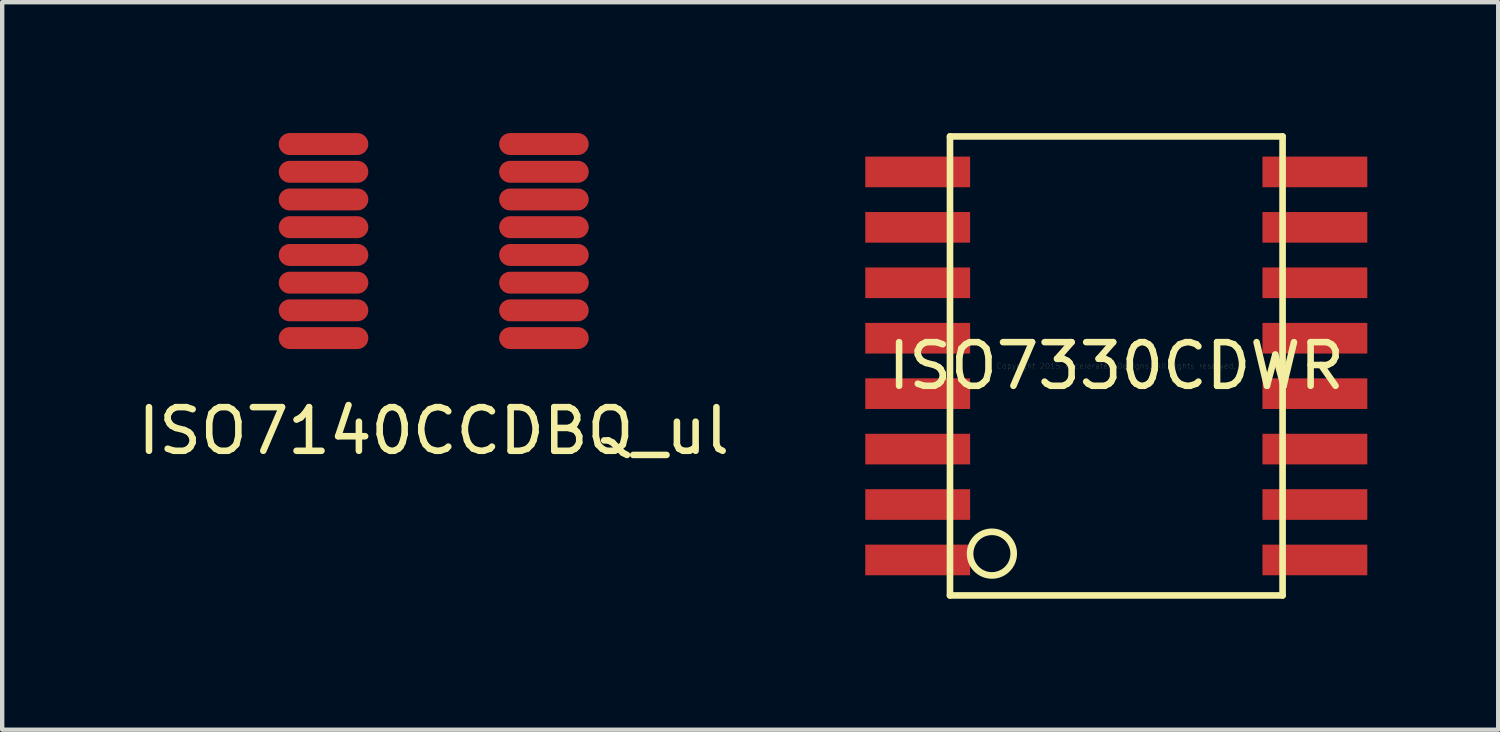
<source format=kicad_pcb>
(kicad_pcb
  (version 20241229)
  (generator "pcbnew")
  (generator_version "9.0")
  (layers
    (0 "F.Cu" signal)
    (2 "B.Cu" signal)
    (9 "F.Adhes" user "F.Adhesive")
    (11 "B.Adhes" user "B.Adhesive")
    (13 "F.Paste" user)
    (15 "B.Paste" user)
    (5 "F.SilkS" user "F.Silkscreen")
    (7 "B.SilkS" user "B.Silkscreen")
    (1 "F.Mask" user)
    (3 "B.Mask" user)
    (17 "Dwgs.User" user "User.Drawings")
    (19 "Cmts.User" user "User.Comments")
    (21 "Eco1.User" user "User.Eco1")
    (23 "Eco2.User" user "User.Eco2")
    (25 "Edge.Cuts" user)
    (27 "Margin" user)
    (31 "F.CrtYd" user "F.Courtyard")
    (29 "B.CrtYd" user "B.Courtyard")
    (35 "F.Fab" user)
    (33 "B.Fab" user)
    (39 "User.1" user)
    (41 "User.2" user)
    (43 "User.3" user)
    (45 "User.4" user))
  (footprint "ISO7330CDWR"
    (layer "F.Cu")
    (at 22.525 5.334)
    (property "Reference" "ISO7330CDWR" (at 0 0 0) (layer "F.SilkS") (effects (font (size 1 1) (thickness 0.15))))
    (attr through_hole)
    (fp_line (start -3.81 -5.258) (end 3.81 -5.258) (stroke (width 0.152) (type solid)) (layer "F.SilkS"))
    (fp_line (start -3.81 5.258) (end -3.81 -5.258) (stroke (width 0.152) (type solid)) (layer "F.SilkS"))
    (fp_line (start -3.81 5.258) (end 3.81 5.258) (stroke (width 0.152) (type solid)) (layer "F.SilkS"))
    (fp_line (start 3.81 5.258) (end 3.81 -5.258) (stroke (width 0.152) (type solid)) (layer "F.SilkS"))
    (fp_circle (center -2.85 4.3) (end -2.35 4.3) (stroke (width 0.152) (type solid)) (fill no) (layer "F.SilkS"))
    (fp_text user "Copyright 2015 Accelerated Designs. All rights reserved." (at 0 0 0) (layer "F.SilkS") (effects (font (size 0.127 0.127) (thickness 0.002))))
    (pad "1" smd rect (at -4.55 -4.445 90) (size 0.6 2.3) (layers "F.Cu" "F.Mask" "F.Paste"))
    (pad "1" smd rect (at -4.55 -4.445 90) (size 0.6 2.3) (layers "F.Cu" "F.Mask" "F.Paste"))
    (pad "1" smd rect (at -4.55 -4.445 90) (size 0.702 2.402) (layers "F.Cu" "F.Mask" "F.Paste"))
    (pad "2" smd rect (at -4.55 -3.175 90) (size 0.6 2.3) (layers "F.Cu" "F.Mask" "F.Paste"))
    (pad "2" smd rect (at -4.55 -3.175 90) (size 0.6 2.3) (layers "F.Cu" "F.Mask" "F.Paste"))
    (pad "2" smd rect (at -4.55 -3.175 90) (size 0.702 2.402) (layers "F.Cu" "F.Mask" "F.Paste"))
    (pad "3" smd rect (at -4.55 -1.905 90) (size 0.6 2.3) (layers "F.Cu" "F.Mask" "F.Paste"))
    (pad "3" smd rect (at -4.55 -1.905 90) (size 0.6 2.3) (layers "F.Cu" "F.Mask" "F.Paste"))
    (pad "3" smd rect (at -4.55 -1.905 90) (size 0.702 2.402) (layers "F.Cu" "F.Mask" "F.Paste"))
    (pad "4" smd rect (at -4.55 -0.635 90) (size 0.6 2.3) (layers "F.Cu" "F.Mask" "F.Paste"))
    (pad "4" smd rect (at -4.55 -0.635 90) (size 0.6 2.3) (layers "F.Cu" "F.Mask" "F.Paste"))
    (pad "4" smd rect (at -4.55 -0.635 90) (size 0.702 2.402) (layers "F.Cu" "F.Mask" "F.Paste"))
    (pad "5" smd rect (at -4.55 0.635 90) (size 0.6 2.3) (layers "F.Cu" "F.Mask" "F.Paste"))
    (pad "5" smd rect (at -4.55 0.635 90) (size 0.6 2.3) (layers "F.Cu" "F.Mask" "F.Paste"))
    (pad "5" smd rect (at -4.55 0.635 90) (size 0.702 2.402) (layers "F.Cu" "F.Mask" "F.Paste"))
    (pad "6" smd rect (at -4.55 1.905 90) (size 0.6 2.3) (layers "F.Cu" "F.Mask" "F.Paste"))
    (pad "6" smd rect (at -4.55 1.905 90) (size 0.6 2.3) (layers "F.Cu" "F.Mask" "F.Paste"))
    (pad "6" smd rect (at -4.55 1.905 90) (size 0.702 2.402) (layers "F.Cu" "F.Mask" "F.Paste"))
    (pad "7" smd rect (at -4.55 3.175 90) (size 0.6 2.3) (layers "F.Cu" "F.Mask" "F.Paste"))
    (pad "7" smd rect (at -4.55 3.175 90) (size 0.6 2.3) (layers "F.Cu" "F.Mask" "F.Paste"))
    (pad "7" smd rect (at -4.55 3.175 90) (size 0.702 2.402) (layers "F.Cu" "F.Mask" "F.Paste"))
    (pad "8" smd rect (at -4.55 4.445 90) (size 0.6 2.3) (layers "F.Cu" "F.Mask" "F.Paste"))
    (pad "8" smd rect (at -4.55 4.445 90) (size 0.6 2.3) (layers "F.Cu" "F.Mask" "F.Paste"))
    (pad "8" smd rect (at -4.55 4.445 90) (size 0.702 2.402) (layers "F.Cu" "F.Mask" "F.Paste"))
    (pad "9" smd rect (at 4.55 4.445 90) (size 0.6 2.3) (layers "F.Cu" "F.Mask" "F.Paste"))
    (pad "9" smd rect (at 4.55 4.445 90) (size 0.6 2.3) (layers "F.Cu" "F.Mask" "F.Paste"))
    (pad "9" smd rect (at 4.55 4.445 90) (size 0.702 2.402) (layers "F.Cu" "F.Mask" "F.Paste"))
    (pad "10" smd rect (at 4.55 3.175 90) (size 0.6 2.3) (layers "F.Cu" "F.Mask" "F.Paste"))
    (pad "10" smd rect (at 4.55 3.175 90) (size 0.6 2.3) (layers "F.Cu" "F.Mask" "F.Paste"))
    (pad "10" smd rect (at 4.55 3.175 90) (size 0.702 2.402) (layers "F.Cu" "F.Mask" "F.Paste"))
    (pad "11" smd rect (at 4.55 1.905 90) (size 0.6 2.3) (layers "F.Cu" "F.Mask" "F.Paste"))
    (pad "11" smd rect (at 4.55 1.905 90) (size 0.6 2.3) (layers "F.Cu" "F.Mask" "F.Paste"))
    (pad "11" smd rect (at 4.55 1.905 90) (size 0.702 2.402) (layers "F.Cu" "F.Mask" "F.Paste"))
    (pad "12" smd rect (at 4.55 0.635 90) (size 0.6 2.3) (layers "F.Cu" "F.Mask" "F.Paste"))
    (pad "12" smd rect (at 4.55 0.635 90) (size 0.6 2.3) (layers "F.Cu" "F.Mask" "F.Paste"))
    (pad "12" smd rect (at 4.55 0.635 90) (size 0.702 2.402) (layers "F.Cu" "F.Mask" "F.Paste"))
    (pad "13" smd rect (at 4.55 -0.635 90) (size 0.6 2.3) (layers "F.Cu" "F.Mask" "F.Paste"))
    (pad "13" smd rect (at 4.55 -0.635 90) (size 0.6 2.3) (layers "F.Cu" "F.Mask" "F.Paste"))
    (pad "13" smd rect (at 4.55 -0.635 90) (size 0.702 2.402) (layers "F.Cu" "F.Mask" "F.Paste"))
    (pad "14" smd rect (at 4.55 -1.905 90) (size 0.6 2.3) (layers "F.Cu" "F.Mask" "F.Paste"))
    (pad "14" smd rect (at 4.55 -1.905 90) (size 0.6 2.3) (layers "F.Cu" "F.Mask" "F.Paste"))
    (pad "14" smd rect (at 4.55 -1.905 90) (size 0.702 2.402) (layers "F.Cu" "F.Mask" "F.Paste"))
    (pad "15" smd rect (at 4.55 -3.175 90) (size 0.6 2.3) (layers "F.Cu" "F.Mask" "F.Paste"))
    (pad "15" smd rect (at 4.55 -3.175 90) (size 0.6 2.3) (layers "F.Cu" "F.Mask" "F.Paste"))
    (pad "15" smd rect (at 4.55 -3.175 90) (size 0.702 2.402) (layers "F.Cu" "F.Mask" "F.Paste"))
    (pad "16" smd rect (at 4.55 -4.445 90) (size 0.6 2.3) (layers "F.Cu" "F.Mask" "F.Paste"))
    (pad "16" smd rect (at 4.55 -4.445 90) (size 0.6 2.3) (layers "F.Cu" "F.Mask" "F.Paste"))
    (pad "16" smd rect (at 4.55 -4.445 90) (size 0.702 2.402) (layers "F.Cu" "F.Mask" "F.Paste")))
  (footprint "ISO7140CCDBQ_ul"
    (layer "F.Cu")
    (at 6.887 2.473)
    (property "Reference" "ISO7140CCDBQ_ul" (at 0 4.35 0) (layer "F.SilkS") (effects (font (size 1 1) (thickness 0.15))))
    (attr through_hole)
    (pad "1" smd oval (at -2.525 -2.223 90) (size 0.197 1.747) (layers "F.Cu" "F.Mask" "F.Paste"))
    (pad "1" smd oval (at -2.525 -2.223 90) (size 0.4 1.95) (layers "F.Cu" "F.Mask" "F.Paste"))
    (pad "1" smd oval (at -2.525 -2.223 90) (size 0.502 2.052) (layers "F.Cu" "F.Mask" "F.Paste"))
    (pad "2" smd oval (at -2.525 -1.587 90) (size 0.197 1.747) (layers "F.Cu" "F.Mask" "F.Paste"))
    (pad "2" smd oval (at -2.525 -1.587 90) (size 0.4 1.95) (layers "F.Cu" "F.Mask" "F.Paste"))
    (pad "2" smd oval (at -2.525 -1.587 90) (size 0.502 2.052) (layers "F.Cu" "F.Mask" "F.Paste"))
    (pad "3" smd oval (at -2.525 -0.953 90) (size 0.197 1.747) (layers "F.Cu" "F.Mask" "F.Paste"))
    (pad "3" smd oval (at -2.525 -0.953 90) (size 0.4 1.95) (layers "F.Cu" "F.Mask" "F.Paste"))
    (pad "3" smd oval (at -2.525 -0.953 90) (size 0.502 2.052) (layers "F.Cu" "F.Mask" "F.Paste"))
    (pad "4" smd oval (at -2.525 -0.318 90) (size 0.197 1.747) (layers "F.Cu" "F.Mask" "F.Paste"))
    (pad "4" smd oval (at -2.525 -0.318 90) (size 0.4 1.95) (layers "F.Cu" "F.Mask" "F.Paste"))
    (pad "4" smd oval (at -2.525 -0.318 90) (size 0.502 2.052) (layers "F.Cu" "F.Mask" "F.Paste"))
    (pad "5" smd oval (at -2.525 0.318 90) (size 0.197 1.747) (layers "F.Cu" "F.Mask" "F.Paste"))
    (pad "5" smd oval (at -2.525 0.318 90) (size 0.4 1.95) (layers "F.Cu" "F.Mask" "F.Paste"))
    (pad "5" smd oval (at -2.525 0.318 90) (size 0.502 2.052) (layers "F.Cu" "F.Mask" "F.Paste"))
    (pad "6" smd oval (at -2.525 0.953 90) (size 0.197 1.747) (layers "F.Cu" "F.Mask" "F.Paste"))
    (pad "6" smd oval (at -2.525 0.953 90) (size 0.4 1.95) (layers "F.Cu" "F.Mask" "F.Paste"))
    (pad "6" smd oval (at -2.525 0.953 90) (size 0.502 2.052) (layers "F.Cu" "F.Mask" "F.Paste"))
    (pad "7" smd oval (at -2.525 1.587 90) (size 0.197 1.747) (layers "F.Cu" "F.Mask" "F.Paste"))
    (pad "7" smd oval (at -2.525 1.587 90) (size 0.4 1.95) (layers "F.Cu" "F.Mask" "F.Paste"))
    (pad "7" smd oval (at -2.525 1.587 90) (size 0.502 2.052) (layers "F.Cu" "F.Mask" "F.Paste"))
    (pad "8" smd oval (at -2.525 2.223 90) (size 0.197 1.747) (layers "F.Cu" "F.Mask" "F.Paste"))
    (pad "8" smd oval (at -2.525 2.223 90) (size 0.4 1.95) (layers "F.Cu" "F.Mask" "F.Paste"))
    (pad "8" smd oval (at -2.525 2.223 90) (size 0.502 2.052) (layers "F.Cu" "F.Mask" "F.Paste"))
    (pad "9" smd oval (at 2.525 2.223 90) (size 0.197 1.747) (layers "F.Cu" "F.Mask" "F.Paste"))
    (pad "9" smd oval (at 2.525 2.223 90) (size 0.4 1.95) (layers "F.Cu" "F.Mask" "F.Paste"))
    (pad "9" smd oval (at 2.525 2.223 90) (size 0.502 2.052) (layers "F.Cu" "F.Mask" "F.Paste"))
    (pad "10" smd oval (at 2.525 1.587 90) (size 0.197 1.747) (layers "F.Cu" "F.Mask" "F.Paste"))
    (pad "10" smd oval (at 2.525 1.587 90) (size 0.4 1.95) (layers "F.Cu" "F.Mask" "F.Paste"))
    (pad "10" smd oval (at 2.525 1.587 90) (size 0.502 2.052) (layers "F.Cu" "F.Mask" "F.Paste"))
    (pad "11" smd oval (at 2.525 0.953 90) (size 0.197 1.747) (layers "F.Cu" "F.Mask" "F.Paste"))
    (pad "11" smd oval (at 2.525 0.953 90) (size 0.4 1.95) (layers "F.Cu" "F.Mask" "F.Paste"))
    (pad "11" smd oval (at 2.525 0.953 90) (size 0.502 2.052) (layers "F.Cu" "F.Mask" "F.Paste"))
    (pad "12" smd oval (at 2.525 0.318 90) (size 0.197 1.747) (layers "F.Cu" "F.Mask" "F.Paste"))
    (pad "12" smd oval (at 2.525 0.318 90) (size 0.4 1.95) (layers "F.Cu" "F.Mask" "F.Paste"))
    (pad "12" smd oval (at 2.525 0.318 90) (size 0.502 2.052) (layers "F.Cu" "F.Mask" "F.Paste"))
    (pad "13" smd oval (at 2.525 -0.318 90) (size 0.197 1.747) (layers "F.Cu" "F.Mask" "F.Paste"))
    (pad "13" smd oval (at 2.525 -0.318 90) (size 0.4 1.95) (layers "F.Cu" "F.Mask" "F.Paste"))
    (pad "13" smd oval (at 2.525 -0.318 90) (size 0.502 2.052) (layers "F.Cu" "F.Mask" "F.Paste"))
    (pad "14" smd oval (at 2.525 -0.953 90) (size 0.197 1.747) (layers "F.Cu" "F.Mask" "F.Paste"))
    (pad "14" smd oval (at 2.525 -0.953 90) (size 0.4 1.95) (layers "F.Cu" "F.Mask" "F.Paste"))
    (pad "14" smd oval (at 2.525 -0.953 90) (size 0.502 2.052) (layers "F.Cu" "F.Mask" "F.Paste"))
    (pad "15" smd oval (at 2.525 -1.587 90) (size 0.197 1.747) (layers "F.Cu" "F.Mask" "F.Paste"))
    (pad "15" smd oval (at 2.525 -1.587 90) (size 0.4 1.95) (layers "F.Cu" "F.Mask" "F.Paste"))
    (pad "15" smd oval (at 2.525 -1.587 90) (size 0.502 2.052) (layers "F.Cu" "F.Mask" "F.Paste"))
    (pad "16" smd oval (at 2.525 -2.223 90) (size 0.197 1.747) (layers "F.Cu" "F.Mask" "F.Paste"))
    (pad "16" smd oval (at 2.525 -2.223 90) (size 0.4 1.95) (layers "F.Cu" "F.Mask" "F.Paste"))
    (pad "16" smd oval (at 2.525 -2.223 90) (size 0.502 2.052) (layers "F.Cu" "F.Mask" "F.Paste")))
  (gr_rect
    (start -3 -3)
    (end 31.275 13.668)
    (stroke (width 0.1) (type default))
    (fill no)
    (layer "Edge.Cuts")))
</source>
